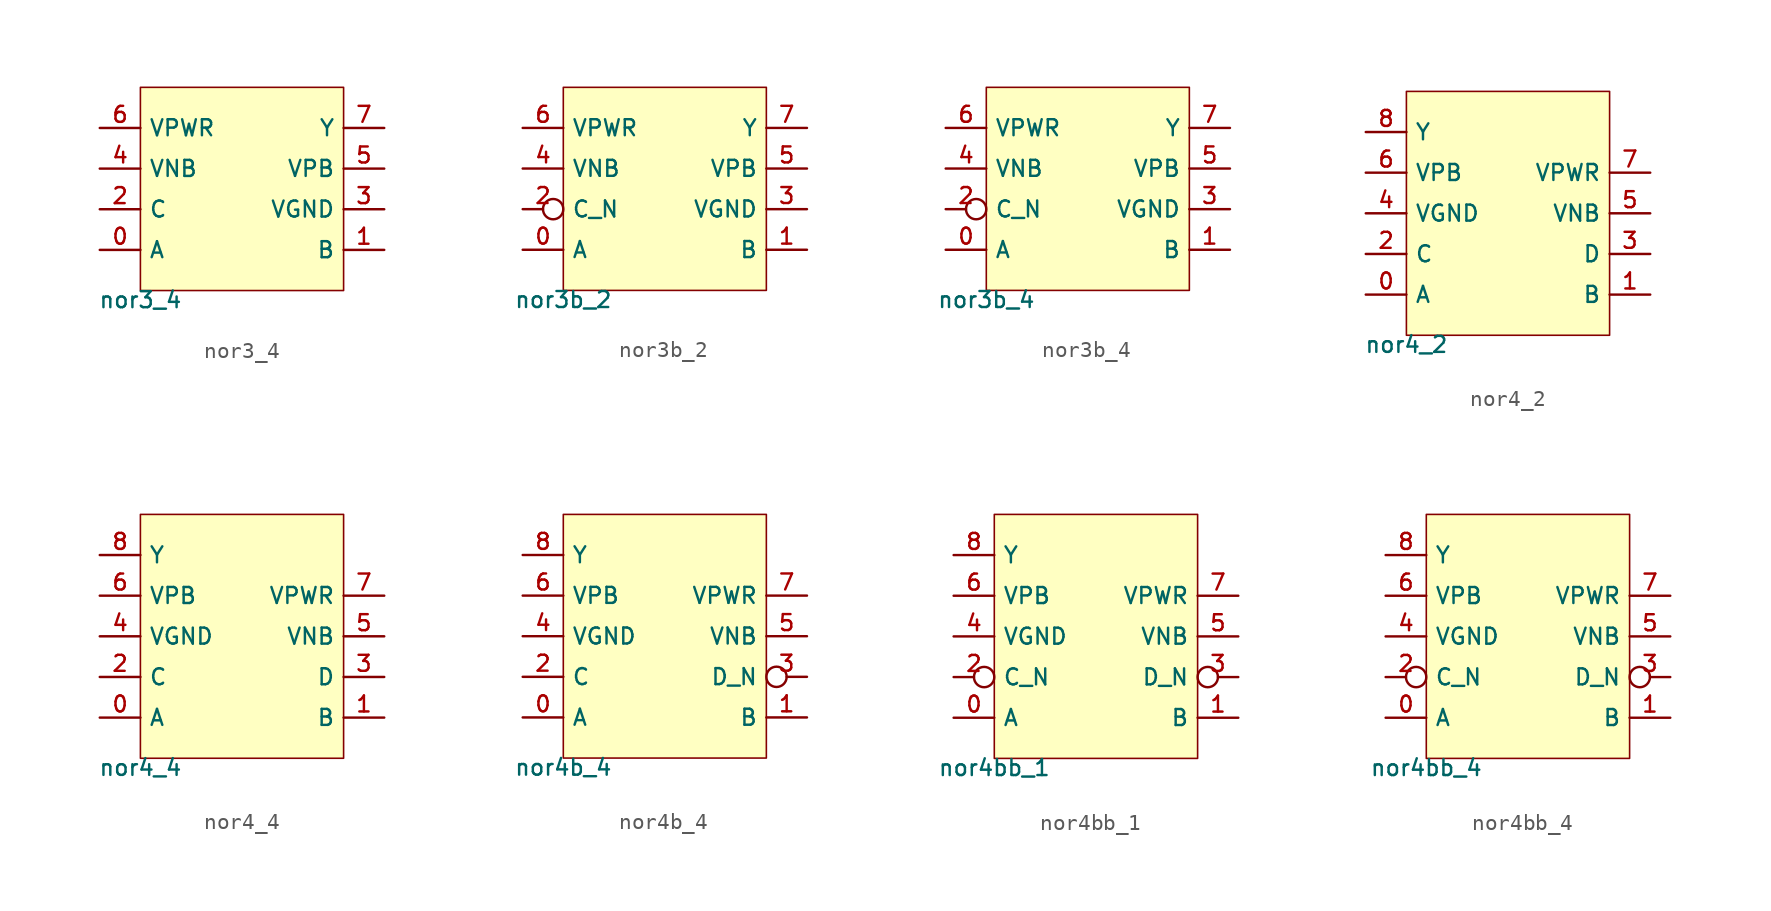
<source format=kicad_sym>
(kicad_symbol_lib
  (version 20211014)
  (generator pdk2kicad)
  (symbol "nor3_4"
    (property "Reference" "X"
      (at 0 0 0)
      (effects (font (size 1 1)) hide))
    (property "Value" "nor3_4"
      (at -6.35 -6.35 0)
      (effects (font (size 1 1)) (justify top)))
    (rectangle
      (start -6.35 -6.35)
      (end 6.35 6.35)
      (stroke (width 0.1) (type solid) (color 0 0 0 0))
      (fill (type background)))
    (pin bidirectional line
      (at -8.89 -3.81 0)
      (length 2.54)
      (name "A" (effects (font (size 1 1)) hide))
      (number "0" (effects (font (size 1 1)) hide)))
    (pin bidirectional line
      (at 8.89 -3.81 180)
      (length 2.54)
      (name "B" (effects (font (size 1 1)) hide))
      (number "1" (effects (font (size 1 1)) hide)))
    (pin bidirectional line
      (at -8.89 -1.27 0)
      (length 2.54)
      (name "C" (effects (font (size 1 1)) hide))
      (number "2" (effects (font (size 1 1)) hide)))
    (pin bidirectional line
      (at 8.89 -1.27 180)
      (length 2.54)
      (name "VGND" (effects (font (size 1 1)) hide))
      (number "3" (effects (font (size 1 1)) hide)))
    (pin bidirectional line
      (at -8.89 1.27 0)
      (length 2.54)
      (name "VNB" (effects (font (size 1 1)) hide))
      (number "4" (effects (font (size 1 1)) hide)))
    (pin bidirectional line
      (at 8.89 1.27 180)
      (length 2.54)
      (name "VPB" (effects (font (size 1 1)) hide))
      (number "5" (effects (font (size 1 1)) hide)))
    (pin bidirectional line
      (at -8.89 3.81 0)
      (length 2.54)
      (name "VPWR" (effects (font (size 1 1)) hide))
      (number "6" (effects (font (size 1 1)) hide)))
    (pin bidirectional line
      (at 8.89 3.81 180)
      (length 2.54)
      (name "Y" (effects (font (size 1 1)) hide))
      (number "7" (effects (font (size 1 1)) hide))))
  (symbol "nor3b_2"
    (property "Reference" "X"
      (at 0 0 0)
      (effects (font (size 1 1)) hide))
    (property "Value" "nor3b_2"
      (at -6.35 -6.35 0)
      (effects (font (size 1 1)) (justify top)))
    (rectangle
      (start -6.35 -6.35)
      (end 6.35 6.35)
      (stroke (width 0.1) (type solid) (color 0 0 0 0))
      (fill (type background)))
    (pin bidirectional line
      (at -8.89 -3.81 0)
      (length 2.54)
      (name "A" (effects (font (size 1 1)) hide))
      (number "0" (effects (font (size 1 1)) hide)))
    (pin bidirectional line
      (at 8.89 -3.81 180)
      (length 2.54)
      (name "B" (effects (font (size 1 1)) hide))
      (number "1" (effects (font (size 1 1)) hide)))
    (pin bidirectional inverted
      (at -8.89 -1.27 0)
      (length 2.54)
      (name "C_N" (effects (font (size 1 1)) hide))
      (number "2" (effects (font (size 1 1)) hide)))
    (pin bidirectional line
      (at 8.89 -1.27 180)
      (length 2.54)
      (name "VGND" (effects (font (size 1 1)) hide))
      (number "3" (effects (font (size 1 1)) hide)))
    (pin bidirectional line
      (at -8.89 1.27 0)
      (length 2.54)
      (name "VNB" (effects (font (size 1 1)) hide))
      (number "4" (effects (font (size 1 1)) hide)))
    (pin bidirectional line
      (at 8.89 1.27 180)
      (length 2.54)
      (name "VPB" (effects (font (size 1 1)) hide))
      (number "5" (effects (font (size 1 1)) hide)))
    (pin bidirectional line
      (at -8.89 3.81 0)
      (length 2.54)
      (name "VPWR" (effects (font (size 1 1)) hide))
      (number "6" (effects (font (size 1 1)) hide)))
    (pin bidirectional line
      (at 8.89 3.81 180)
      (length 2.54)
      (name "Y" (effects (font (size 1 1)) hide))
      (number "7" (effects (font (size 1 1)) hide))))
  (symbol "nor3b_4"
    (property "Reference" "X"
      (at 0 0 0)
      (effects (font (size 1 1)) hide))
    (property "Value" "nor3b_4"
      (at -6.35 -6.35 0)
      (effects (font (size 1 1)) (justify top)))
    (rectangle
      (start -6.35 -6.35)
      (end 6.35 6.35)
      (stroke (width 0.1) (type solid) (color 0 0 0 0))
      (fill (type background)))
    (pin bidirectional line
      (at -8.89 -3.81 0)
      (length 2.54)
      (name "A" (effects (font (size 1 1)) hide))
      (number "0" (effects (font (size 1 1)) hide)))
    (pin bidirectional line
      (at 8.89 -3.81 180)
      (length 2.54)
      (name "B" (effects (font (size 1 1)) hide))
      (number "1" (effects (font (size 1 1)) hide)))
    (pin bidirectional inverted
      (at -8.89 -1.27 0)
      (length 2.54)
      (name "C_N" (effects (font (size 1 1)) hide))
      (number "2" (effects (font (size 1 1)) hide)))
    (pin bidirectional line
      (at 8.89 -1.27 180)
      (length 2.54)
      (name "VGND" (effects (font (size 1 1)) hide))
      (number "3" (effects (font (size 1 1)) hide)))
    (pin bidirectional line
      (at -8.89 1.27 0)
      (length 2.54)
      (name "VNB" (effects (font (size 1 1)) hide))
      (number "4" (effects (font (size 1 1)) hide)))
    (pin bidirectional line
      (at 8.89 1.27 180)
      (length 2.54)
      (name "VPB" (effects (font (size 1 1)) hide))
      (number "5" (effects (font (size 1 1)) hide)))
    (pin bidirectional line
      (at -8.89 3.81 0)
      (length 2.54)
      (name "VPWR" (effects (font (size 1 1)) hide))
      (number "6" (effects (font (size 1 1)) hide)))
    (pin bidirectional line
      (at 8.89 3.81 180)
      (length 2.54)
      (name "Y" (effects (font (size 1 1)) hide))
      (number "7" (effects (font (size 1 1)) hide))))
  (symbol "nor4_2"
    (property "Reference" "X"
      (at 0 0 0)
      (effects (font (size 1 1)) hide))
    (property "Value" "nor4_2"
      (at -6.35 -7.62 0)
      (effects (font (size 1 1)) (justify top)))
    (rectangle
      (start -6.35 -7.62)
      (end 6.35 7.62)
      (stroke (width 0.1) (type solid) (color 0 0 0 0))
      (fill (type background)))
    (pin bidirectional line
      (at -8.89 -5.08 0)
      (length 2.54)
      (name "A" (effects (font (size 1 1)) hide))
      (number "0" (effects (font (size 1 1)) hide)))
    (pin bidirectional line
      (at 8.89 -5.08 180)
      (length 2.54)
      (name "B" (effects (font (size 1 1)) hide))
      (number "1" (effects (font (size 1 1)) hide)))
    (pin bidirectional line
      (at -8.89 -2.54 0)
      (length 2.54)
      (name "C" (effects (font (size 1 1)) hide))
      (number "2" (effects (font (size 1 1)) hide)))
    (pin bidirectional line
      (at 8.89 -2.54 180)
      (length 2.54)
      (name "D" (effects (font (size 1 1)) hide))
      (number "3" (effects (font (size 1 1)) hide)))
    (pin bidirectional line
      (at -8.89 8.881784197001252e-16 0)
      (length 2.54)
      (name "VGND" (effects (font (size 1 1)) hide))
      (number "4" (effects (font (size 1 1)) hide)))
    (pin bidirectional line
      (at 8.89 8.881784197001252e-16 180)
      (length 2.54)
      (name "VNB" (effects (font (size 1 1)) hide))
      (number "5" (effects (font (size 1 1)) hide)))
    (pin bidirectional line
      (at -8.89 2.54 0)
      (length 2.54)
      (name "VPB" (effects (font (size 1 1)) hide))
      (number "6" (effects (font (size 1 1)) hide)))
    (pin bidirectional line
      (at 8.89 2.54 180)
      (length 2.54)
      (name "VPWR" (effects (font (size 1 1)) hide))
      (number "7" (effects (font (size 1 1)) hide)))
    (pin bidirectional line
      (at -8.89 5.08 0)
      (length 2.54)
      (name "Y" (effects (font (size 1 1)) hide))
      (number "8" (effects (font (size 1 1)) hide))))
  (symbol "nor4_4"
    (property "Reference" "X"
      (at 0 0 0)
      (effects (font (size 1 1)) hide))
    (property "Value" "nor4_4"
      (at -6.35 -7.62 0)
      (effects (font (size 1 1)) (justify top)))
    (rectangle
      (start -6.35 -7.62)
      (end 6.35 7.62)
      (stroke (width 0.1) (type solid) (color 0 0 0 0))
      (fill (type background)))
    (pin bidirectional line
      (at -8.89 -5.08 0)
      (length 2.54)
      (name "A" (effects (font (size 1 1)) hide))
      (number "0" (effects (font (size 1 1)) hide)))
    (pin bidirectional line
      (at 8.89 -5.08 180)
      (length 2.54)
      (name "B" (effects (font (size 1 1)) hide))
      (number "1" (effects (font (size 1 1)) hide)))
    (pin bidirectional line
      (at -8.89 -2.54 0)
      (length 2.54)
      (name "C" (effects (font (size 1 1)) hide))
      (number "2" (effects (font (size 1 1)) hide)))
    (pin bidirectional line
      (at 8.89 -2.54 180)
      (length 2.54)
      (name "D" (effects (font (size 1 1)) hide))
      (number "3" (effects (font (size 1 1)) hide)))
    (pin bidirectional line
      (at -8.89 8.881784197001252e-16 0)
      (length 2.54)
      (name "VGND" (effects (font (size 1 1)) hide))
      (number "4" (effects (font (size 1 1)) hide)))
    (pin bidirectional line
      (at 8.89 8.881784197001252e-16 180)
      (length 2.54)
      (name "VNB" (effects (font (size 1 1)) hide))
      (number "5" (effects (font (size 1 1)) hide)))
    (pin bidirectional line
      (at -8.89 2.54 0)
      (length 2.54)
      (name "VPB" (effects (font (size 1 1)) hide))
      (number "6" (effects (font (size 1 1)) hide)))
    (pin bidirectional line
      (at 8.89 2.54 180)
      (length 2.54)
      (name "VPWR" (effects (font (size 1 1)) hide))
      (number "7" (effects (font (size 1 1)) hide)))
    (pin bidirectional line
      (at -8.89 5.08 0)
      (length 2.54)
      (name "Y" (effects (font (size 1 1)) hide))
      (number "8" (effects (font (size 1 1)) hide))))
  (symbol "nor4b_4"
    (property "Reference" "X"
      (at 0 0 0)
      (effects (font (size 1 1)) hide))
    (property "Value" "nor4b_4"
      (at -6.35 -7.62 0)
      (effects (font (size 1 1)) (justify top)))
    (rectangle
      (start -6.35 -7.62)
      (end 6.35 7.62)
      (stroke (width 0.1) (type solid) (color 0 0 0 0))
      (fill (type background)))
    (pin bidirectional line
      (at -8.89 -5.08 0)
      (length 2.54)
      (name "A" (effects (font (size 1 1)) hide))
      (number "0" (effects (font (size 1 1)) hide)))
    (pin bidirectional line
      (at 8.89 -5.08 180)
      (length 2.54)
      (name "B" (effects (font (size 1 1)) hide))
      (number "1" (effects (font (size 1 1)) hide)))
    (pin bidirectional line
      (at -8.89 -2.54 0)
      (length 2.54)
      (name "C" (effects (font (size 1 1)) hide))
      (number "2" (effects (font (size 1 1)) hide)))
    (pin bidirectional inverted
      (at 8.89 -2.54 180)
      (length 2.54)
      (name "D_N" (effects (font (size 1 1)) hide))
      (number "3" (effects (font (size 1 1)) hide)))
    (pin bidirectional line
      (at -8.89 8.881784197001252e-16 0)
      (length 2.54)
      (name "VGND" (effects (font (size 1 1)) hide))
      (number "4" (effects (font (size 1 1)) hide)))
    (pin bidirectional line
      (at 8.89 8.881784197001252e-16 180)
      (length 2.54)
      (name "VNB" (effects (font (size 1 1)) hide))
      (number "5" (effects (font (size 1 1)) hide)))
    (pin bidirectional line
      (at -8.89 2.54 0)
      (length 2.54)
      (name "VPB" (effects (font (size 1 1)) hide))
      (number "6" (effects (font (size 1 1)) hide)))
    (pin bidirectional line
      (at 8.89 2.54 180)
      (length 2.54)
      (name "VPWR" (effects (font (size 1 1)) hide))
      (number "7" (effects (font (size 1 1)) hide)))
    (pin bidirectional line
      (at -8.89 5.08 0)
      (length 2.54)
      (name "Y" (effects (font (size 1 1)) hide))
      (number "8" (effects (font (size 1 1)) hide))))
  (symbol "nor4bb_1"
    (property "Reference" "X"
      (at 0 0 0)
      (effects (font (size 1 1)) hide))
    (property "Value" "nor4bb_1"
      (at -6.35 -7.62 0)
      (effects (font (size 1 1)) (justify top)))
    (rectangle
      (start -6.35 -7.62)
      (end 6.35 7.62)
      (stroke (width 0.1) (type solid) (color 0 0 0 0))
      (fill (type background)))
    (pin bidirectional line
      (at -8.89 -5.08 0)
      (length 2.54)
      (name "A" (effects (font (size 1 1)) hide))
      (number "0" (effects (font (size 1 1)) hide)))
    (pin bidirectional line
      (at 8.89 -5.08 180)
      (length 2.54)
      (name "B" (effects (font (size 1 1)) hide))
      (number "1" (effects (font (size 1 1)) hide)))
    (pin bidirectional inverted
      (at -8.89 -2.54 0)
      (length 2.54)
      (name "C_N" (effects (font (size 1 1)) hide))
      (number "2" (effects (font (size 1 1)) hide)))
    (pin bidirectional inverted
      (at 8.89 -2.54 180)
      (length 2.54)
      (name "D_N" (effects (font (size 1 1)) hide))
      (number "3" (effects (font (size 1 1)) hide)))
    (pin bidirectional line
      (at -8.89 8.881784197001252e-16 0)
      (length 2.54)
      (name "VGND" (effects (font (size 1 1)) hide))
      (number "4" (effects (font (size 1 1)) hide)))
    (pin bidirectional line
      (at 8.89 8.881784197001252e-16 180)
      (length 2.54)
      (name "VNB" (effects (font (size 1 1)) hide))
      (number "5" (effects (font (size 1 1)) hide)))
    (pin bidirectional line
      (at -8.89 2.54 0)
      (length 2.54)
      (name "VPB" (effects (font (size 1 1)) hide))
      (number "6" (effects (font (size 1 1)) hide)))
    (pin bidirectional line
      (at 8.89 2.54 180)
      (length 2.54)
      (name "VPWR" (effects (font (size 1 1)) hide))
      (number "7" (effects (font (size 1 1)) hide)))
    (pin bidirectional line
      (at -8.89 5.08 0)
      (length 2.54)
      (name "Y" (effects (font (size 1 1)) hide))
      (number "8" (effects (font (size 1 1)) hide))))
  (symbol "nor4bb_4"
    (property "Reference" "X"
      (at 0 0 0)
      (effects (font (size 1 1)) hide))
    (property "Value" "nor4bb_4"
      (at -6.35 -7.62 0)
      (effects (font (size 1 1)) (justify top)))
    (rectangle
      (start -6.35 -7.62)
      (end 6.35 7.62)
      (stroke (width 0.1) (type solid) (color 0 0 0 0))
      (fill (type background)))
    (pin bidirectional line
      (at -8.89 -5.08 0)
      (length 2.54)
      (name "A" (effects (font (size 1 1)) hide))
      (number "0" (effects (font (size 1 1)) hide)))
    (pin bidirectional line
      (at 8.89 -5.08 180)
      (length 2.54)
      (name "B" (effects (font (size 1 1)) hide))
      (number "1" (effects (font (size 1 1)) hide)))
    (pin bidirectional inverted
      (at -8.89 -2.54 0)
      (length 2.54)
      (name "C_N" (effects (font (size 1 1)) hide))
      (number "2" (effects (font (size 1 1)) hide)))
    (pin bidirectional inverted
      (at 8.89 -2.54 180)
      (length 2.54)
      (name "D_N" (effects (font (size 1 1)) hide))
      (number "3" (effects (font (size 1 1)) hide)))
    (pin bidirectional line
      (at -8.89 8.881784197001252e-16 0)
      (length 2.54)
      (name "VGND" (effects (font (size 1 1)) hide))
      (number "4" (effects (font (size 1 1)) hide)))
    (pin bidirectional line
      (at 8.89 8.881784197001252e-16 180)
      (length 2.54)
      (name "VNB" (effects (font (size 1 1)) hide))
      (number "5" (effects (font (size 1 1)) hide)))
    (pin bidirectional line
      (at -8.89 2.54 0)
      (length 2.54)
      (name "VPB" (effects (font (size 1 1)) hide))
      (number "6" (effects (font (size 1 1)) hide)))
    (pin bidirectional line
      (at 8.89 2.54 180)
      (length 2.54)
      (name "VPWR" (effects (font (size 1 1)) hide))
      (number "7" (effects (font (size 1 1)) hide)))
    (pin bidirectional line
      (at -8.89 5.08 0)
      (length 2.54)
      (name "Y" (effects (font (size 1 1)) hide))
      (number "8" (effects (font (size 1 1)) hide)))))
</source>
